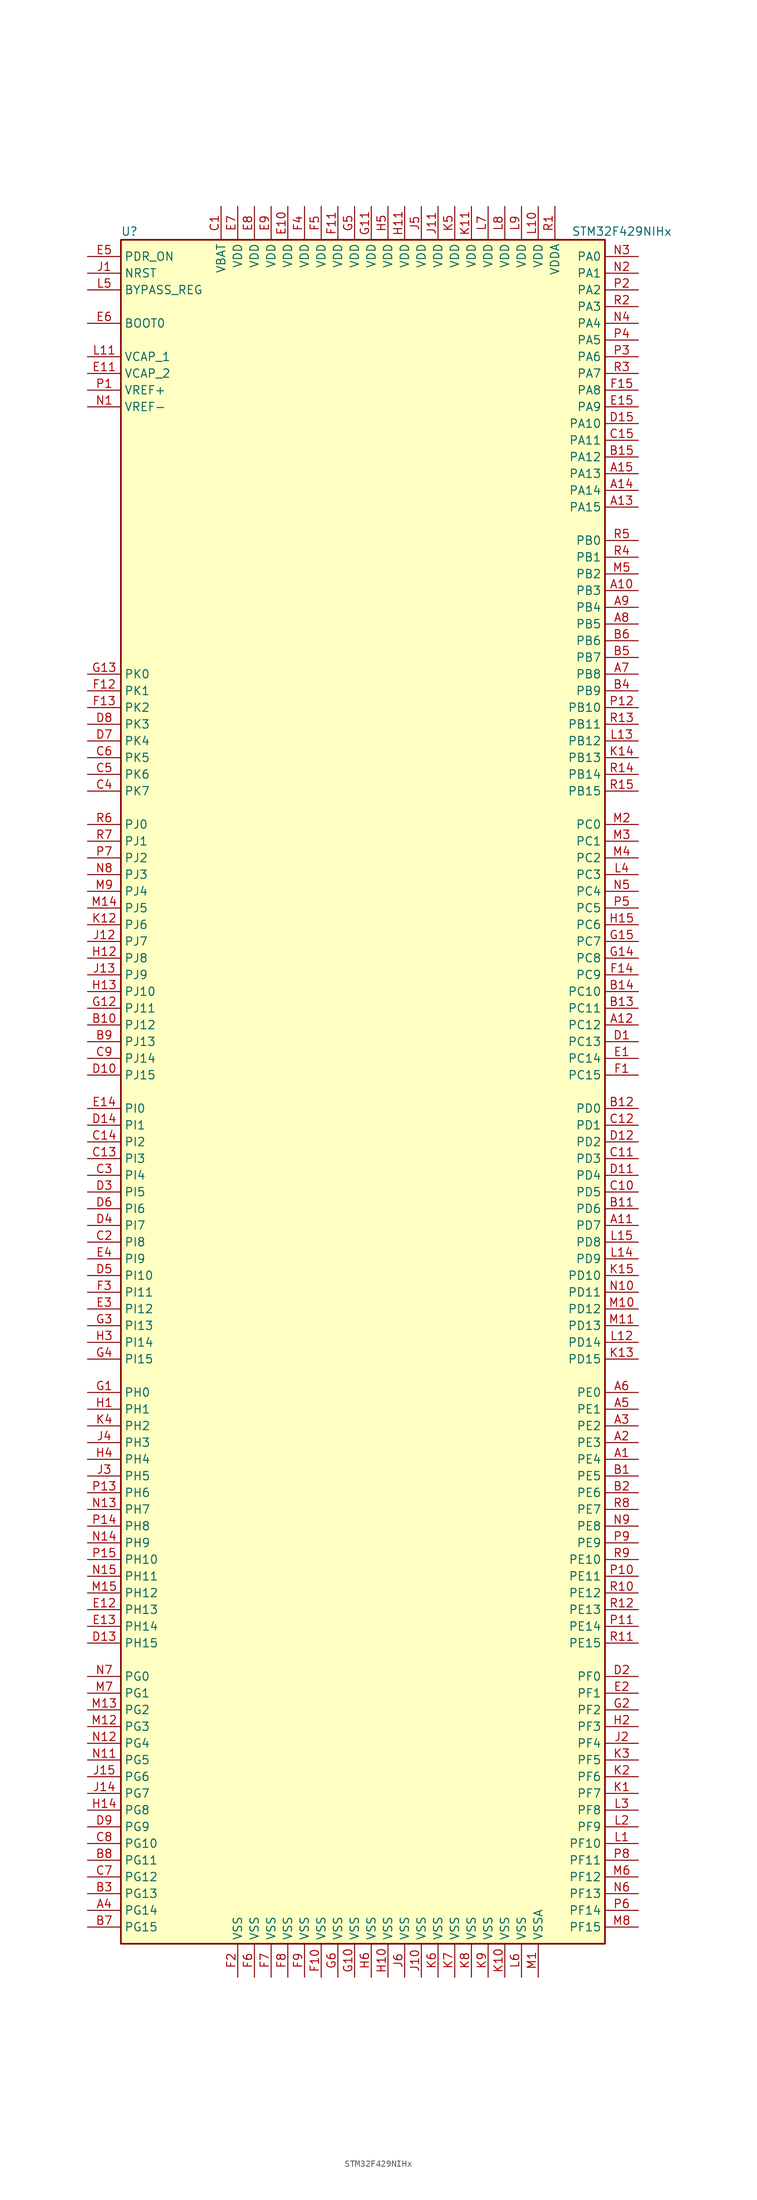
<source format=kicad_sym>
(kicad_symbol_lib
  (version 20211014)
  (generator kicad_symbol_editor)
  (symbol "STM32F429NIHx"
    (property "Reference" "U"
      (at -38.1 130.81 0)
      (effects (font (size 1.27 1.27)) (justify left)))
    (property "Value" "STM32F429NIHx"
      (at 30.48 130.81 0)
      (effects (font (size 1.27 1.27)) (justify left)))
    (symbol "STM32F429NIHx_0_1"
      (rectangle (start -38.1 -129.54) (end 35.56 129.54) (stroke (width 0.254) (type default) (color 0 0 0 0)) (fill (type background))))
    (symbol "STM32F429NIHx_1_1"
      (pin bidirectional line (at 40.64 -55.88 180) (length 5.08) (name "PE4" (effects (font (size 1.27 1.27)))) (number "A1" (effects (font (size 1.27 1.27)))))
      (pin bidirectional line (at 40.64 76.2 180) (length 5.08) (name "PB3" (effects (font (size 1.27 1.27)))) (number "A10" (effects (font (size 1.27 1.27)))))
      (pin bidirectional line (at 40.64 -20.32 180) (length 5.08) (name "PD7" (effects (font (size 1.27 1.27)))) (number "A11" (effects (font (size 1.27 1.27)))))
      (pin bidirectional line (at 40.64 10.16 180) (length 5.08) (name "PC12" (effects (font (size 1.27 1.27)))) (number "A12" (effects (font (size 1.27 1.27)))))
      (pin bidirectional line (at 40.64 88.9 180) (length 5.08) (name "PA15" (effects (font (size 1.27 1.27)))) (number "A13" (effects (font (size 1.27 1.27)))))
      (pin bidirectional line (at 40.64 91.44 180) (length 5.08) (name "PA14" (effects (font (size 1.27 1.27)))) (number "A14" (effects (font (size 1.27 1.27)))))
      (pin bidirectional line (at 40.64 93.98 180) (length 5.08) (name "PA13" (effects (font (size 1.27 1.27)))) (number "A15" (effects (font (size 1.27 1.27)))))
      (pin bidirectional line (at 40.64 -53.34 180) (length 5.08) (name "PE3" (effects (font (size 1.27 1.27)))) (number "A2" (effects (font (size 1.27 1.27)))))
      (pin bidirectional line (at 40.64 -50.8 180) (length 5.08) (name "PE2" (effects (font (size 1.27 1.27)))) (number "A3" (effects (font (size 1.27 1.27)))))
      (pin bidirectional line (at -43.18 -124.46 0) (length 5.08) (name "PG14" (effects (font (size 1.27 1.27)))) (number "A4" (effects (font (size 1.27 1.27)))))
      (pin bidirectional line (at 40.64 -48.26 180) (length 5.08) (name "PE1" (effects (font (size 1.27 1.27)))) (number "A5" (effects (font (size 1.27 1.27)))))
      (pin bidirectional line (at 40.64 -45.72 180) (length 5.08) (name "PE0" (effects (font (size 1.27 1.27)))) (number "A6" (effects (font (size 1.27 1.27)))))
      (pin bidirectional line (at 40.64 63.5 180) (length 5.08) (name "PB8" (effects (font (size 1.27 1.27)))) (number "A7" (effects (font (size 1.27 1.27)))))
      (pin bidirectional line (at 40.64 71.12 180) (length 5.08) (name "PB5" (effects (font (size 1.27 1.27)))) (number "A8" (effects (font (size 1.27 1.27)))))
      (pin bidirectional line (at 40.64 73.66 180) (length 5.08) (name "PB4" (effects (font (size 1.27 1.27)))) (number "A9" (effects (font (size 1.27 1.27)))))
      (pin bidirectional line (at 40.64 -58.42 180) (length 5.08) (name "PE5" (effects (font (size 1.27 1.27)))) (number "B1" (effects (font (size 1.27 1.27)))))
      (pin bidirectional line (at -43.18 10.16 0) (length 5.08) (name "PJ12" (effects (font (size 1.27 1.27)))) (number "B10" (effects (font (size 1.27 1.27)))))
      (pin bidirectional line (at 40.64 -17.78 180) (length 5.08) (name "PD6" (effects (font (size 1.27 1.27)))) (number "B11" (effects (font (size 1.27 1.27)))))
      (pin bidirectional line (at 40.64 -2.54 180) (length 5.08) (name "PD0" (effects (font (size 1.27 1.27)))) (number "B12" (effects (font (size 1.27 1.27)))))
      (pin bidirectional line (at 40.64 12.7 180) (length 5.08) (name "PC11" (effects (font (size 1.27 1.27)))) (number "B13" (effects (font (size 1.27 1.27)))))
      (pin bidirectional line (at 40.64 15.24 180) (length 5.08) (name "PC10" (effects (font (size 1.27 1.27)))) (number "B14" (effects (font (size 1.27 1.27)))))
      (pin bidirectional line (at 40.64 96.52 180) (length 5.08) (name "PA12" (effects (font (size 1.27 1.27)))) (number "B15" (effects (font (size 1.27 1.27)))))
      (pin bidirectional line (at 40.64 -60.96 180) (length 5.08) (name "PE6" (effects (font (size 1.27 1.27)))) (number "B2" (effects (font (size 1.27 1.27)))))
      (pin bidirectional line (at -43.18 -121.92 0) (length 5.08) (name "PG13" (effects (font (size 1.27 1.27)))) (number "B3" (effects (font (size 1.27 1.27)))))
      (pin bidirectional line (at 40.64 60.96 180) (length 5.08) (name "PB9" (effects (font (size 1.27 1.27)))) (number "B4" (effects (font (size 1.27 1.27)))))
      (pin bidirectional line (at 40.64 66.04 180) (length 5.08) (name "PB7" (effects (font (size 1.27 1.27)))) (number "B5" (effects (font (size 1.27 1.27)))))
      (pin bidirectional line (at 40.64 68.58 180) (length 5.08) (name "PB6" (effects (font (size 1.27 1.27)))) (number "B6" (effects (font (size 1.27 1.27)))))
      (pin bidirectional line (at -43.18 -127 0) (length 5.08) (name "PG15" (effects (font (size 1.27 1.27)))) (number "B7" (effects (font (size 1.27 1.27)))))
      (pin bidirectional line (at -43.18 -116.84 0) (length 5.08) (name "PG11" (effects (font (size 1.27 1.27)))) (number "B8" (effects (font (size 1.27 1.27)))))
      (pin bidirectional line (at -43.18 7.62 0) (length 5.08) (name "PJ13" (effects (font (size 1.27 1.27)))) (number "B9" (effects (font (size 1.27 1.27)))))
      (pin power_in line (at -22.86 134.62 270) (length 5.08) (name "VBAT" (effects (font (size 1.27 1.27)))) (number "C1" (effects (font (size 1.27 1.27)))))
      (pin bidirectional line (at 40.64 -15.24 180) (length 5.08) (name "PD5" (effects (font (size 1.27 1.27)))) (number "C10" (effects (font (size 1.27 1.27)))))
      (pin bidirectional line (at 40.64 -10.16 180) (length 5.08) (name "PD3" (effects (font (size 1.27 1.27)))) (number "C11" (effects (font (size 1.27 1.27)))))
      (pin bidirectional line (at 40.64 -5.08 180) (length 5.08) (name "PD1" (effects (font (size 1.27 1.27)))) (number "C12" (effects (font (size 1.27 1.27)))))
      (pin bidirectional line (at -43.18 -10.16 0) (length 5.08) (name "PI3" (effects (font (size 1.27 1.27)))) (number "C13" (effects (font (size 1.27 1.27)))))
      (pin bidirectional line (at -43.18 -7.62 0) (length 5.08) (name "PI2" (effects (font (size 1.27 1.27)))) (number "C14" (effects (font (size 1.27 1.27)))))
      (pin bidirectional line (at 40.64 99.06 180) (length 5.08) (name "PA11" (effects (font (size 1.27 1.27)))) (number "C15" (effects (font (size 1.27 1.27)))))
      (pin bidirectional line (at -43.18 -22.86 0) (length 5.08) (name "PI8" (effects (font (size 1.27 1.27)))) (number "C2" (effects (font (size 1.27 1.27)))))
      (pin bidirectional line (at -43.18 -12.7 0) (length 5.08) (name "PI4" (effects (font (size 1.27 1.27)))) (number "C3" (effects (font (size 1.27 1.27)))))
      (pin bidirectional line (at -43.18 45.72 0) (length 5.08) (name "PK7" (effects (font (size 1.27 1.27)))) (number "C4" (effects (font (size 1.27 1.27)))))
      (pin bidirectional line (at -43.18 48.26 0) (length 5.08) (name "PK6" (effects (font (size 1.27 1.27)))) (number "C5" (effects (font (size 1.27 1.27)))))
      (pin bidirectional line (at -43.18 50.8 0) (length 5.08) (name "PK5" (effects (font (size 1.27 1.27)))) (number "C6" (effects (font (size 1.27 1.27)))))
      (pin bidirectional line (at -43.18 -119.38 0) (length 5.08) (name "PG12" (effects (font (size 1.27 1.27)))) (number "C7" (effects (font (size 1.27 1.27)))))
      (pin bidirectional line (at -43.18 -114.3 0) (length 5.08) (name "PG10" (effects (font (size 1.27 1.27)))) (number "C8" (effects (font (size 1.27 1.27)))))
      (pin bidirectional line (at -43.18 5.08 0) (length 5.08) (name "PJ14" (effects (font (size 1.27 1.27)))) (number "C9" (effects (font (size 1.27 1.27)))))
      (pin bidirectional line (at 40.64 7.62 180) (length 5.08) (name "PC13" (effects (font (size 1.27 1.27)))) (number "D1" (effects (font (size 1.27 1.27)))))
      (pin bidirectional line (at -43.18 2.54 0) (length 5.08) (name "PJ15" (effects (font (size 1.27 1.27)))) (number "D10" (effects (font (size 1.27 1.27)))))
      (pin bidirectional line (at 40.64 -12.7 180) (length 5.08) (name "PD4" (effects (font (size 1.27 1.27)))) (number "D11" (effects (font (size 1.27 1.27)))))
      (pin bidirectional line (at 40.64 -7.62 180) (length 5.08) (name "PD2" (effects (font (size 1.27 1.27)))) (number "D12" (effects (font (size 1.27 1.27)))))
      (pin bidirectional line (at -43.18 -83.82 0) (length 5.08) (name "PH15" (effects (font (size 1.27 1.27)))) (number "D13" (effects (font (size 1.27 1.27)))))
      (pin bidirectional line (at -43.18 -5.08 0) (length 5.08) (name "PI1" (effects (font (size 1.27 1.27)))) (number "D14" (effects (font (size 1.27 1.27)))))
      (pin bidirectional line (at 40.64 101.6 180) (length 5.08) (name "PA10" (effects (font (size 1.27 1.27)))) (number "D15" (effects (font (size 1.27 1.27)))))
      (pin bidirectional line (at 40.64 -88.9 180) (length 5.08) (name "PF0" (effects (font (size 1.27 1.27)))) (number "D2" (effects (font (size 1.27 1.27)))))
      (pin bidirectional line (at -43.18 -15.24 0) (length 5.08) (name "PI5" (effects (font (size 1.27 1.27)))) (number "D3" (effects (font (size 1.27 1.27)))))
      (pin bidirectional line (at -43.18 -20.32 0) (length 5.08) (name "PI7" (effects (font (size 1.27 1.27)))) (number "D4" (effects (font (size 1.27 1.27)))))
      (pin bidirectional line (at -43.18 -27.94 0) (length 5.08) (name "PI10" (effects (font (size 1.27 1.27)))) (number "D5" (effects (font (size 1.27 1.27)))))
      (pin bidirectional line (at -43.18 -17.78 0) (length 5.08) (name "PI6" (effects (font (size 1.27 1.27)))) (number "D6" (effects (font (size 1.27 1.27)))))
      (pin bidirectional line (at -43.18 53.34 0) (length 5.08) (name "PK4" (effects (font (size 1.27 1.27)))) (number "D7" (effects (font (size 1.27 1.27)))))
      (pin bidirectional line (at -43.18 55.88 0) (length 5.08) (name "PK3" (effects (font (size 1.27 1.27)))) (number "D8" (effects (font (size 1.27 1.27)))))
      (pin bidirectional line (at -43.18 -111.76 0) (length 5.08) (name "PG9" (effects (font (size 1.27 1.27)))) (number "D9" (effects (font (size 1.27 1.27)))))
      (pin bidirectional line (at 40.64 5.08 180) (length 5.08) (name "PC14" (effects (font (size 1.27 1.27)))) (number "E1" (effects (font (size 1.27 1.27)))))
      (pin power_in line (at -12.7 134.62 270) (length 5.08) (name "VDD" (effects (font (size 1.27 1.27)))) (number "E10" (effects (font (size 1.27 1.27)))))
      (pin power_in line (at -43.18 109.22 0) (length 5.08) (name "VCAP_2" (effects (font (size 1.27 1.27)))) (number "E11" (effects (font (size 1.27 1.27)))))
      (pin bidirectional line (at -43.18 -78.74 0) (length 5.08) (name "PH13" (effects (font (size 1.27 1.27)))) (number "E12" (effects (font (size 1.27 1.27)))))
      (pin bidirectional line (at -43.18 -81.28 0) (length 5.08) (name "PH14" (effects (font (size 1.27 1.27)))) (number "E13" (effects (font (size 1.27 1.27)))))
      (pin bidirectional line (at -43.18 -2.54 0) (length 5.08) (name "PI0" (effects (font (size 1.27 1.27)))) (number "E14" (effects (font (size 1.27 1.27)))))
      (pin bidirectional line (at 40.64 104.14 180) (length 5.08) (name "PA9" (effects (font (size 1.27 1.27)))) (number "E15" (effects (font (size 1.27 1.27)))))
      (pin bidirectional line (at 40.64 -91.44 180) (length 5.08) (name "PF1" (effects (font (size 1.27 1.27)))) (number "E2" (effects (font (size 1.27 1.27)))))
      (pin bidirectional line (at -43.18 -33.02 0) (length 5.08) (name "PI12" (effects (font (size 1.27 1.27)))) (number "E3" (effects (font (size 1.27 1.27)))))
      (pin bidirectional line (at -43.18 -25.4 0) (length 5.08) (name "PI9" (effects (font (size 1.27 1.27)))) (number "E4" (effects (font (size 1.27 1.27)))))
      (pin input line (at -43.18 127 0) (length 5.08) (name "PDR_ON" (effects (font (size 1.27 1.27)))) (number "E5" (effects (font (size 1.27 1.27)))))
      (pin input line (at -43.18 116.84 0) (length 5.08) (name "BOOT0" (effects (font (size 1.27 1.27)))) (number "E6" (effects (font (size 1.27 1.27)))))
      (pin power_in line (at -20.32 134.62 270) (length 5.08) (name "VDD" (effects (font (size 1.27 1.27)))) (number "E7" (effects (font (size 1.27 1.27)))))
      (pin power_in line (at -17.78 134.62 270) (length 5.08) (name "VDD" (effects (font (size 1.27 1.27)))) (number "E8" (effects (font (size 1.27 1.27)))))
      (pin power_in line (at -15.24 134.62 270) (length 5.08) (name "VDD" (effects (font (size 1.27 1.27)))) (number "E9" (effects (font (size 1.27 1.27)))))
      (pin bidirectional line (at 40.64 2.54 180) (length 5.08) (name "PC15" (effects (font (size 1.27 1.27)))) (number "F1" (effects (font (size 1.27 1.27)))))
      (pin power_in line (at -7.62 -134.62 90) (length 5.08) (name "VSS" (effects (font (size 1.27 1.27)))) (number "F10" (effects (font (size 1.27 1.27)))))
      (pin power_in line (at -5.08 134.62 270) (length 5.08) (name "VDD" (effects (font (size 1.27 1.27)))) (number "F11" (effects (font (size 1.27 1.27)))))
      (pin bidirectional line (at -43.18 60.96 0) (length 5.08) (name "PK1" (effects (font (size 1.27 1.27)))) (number "F12" (effects (font (size 1.27 1.27)))))
      (pin bidirectional line (at -43.18 58.42 0) (length 5.08) (name "PK2" (effects (font (size 1.27 1.27)))) (number "F13" (effects (font (size 1.27 1.27)))))
      (pin bidirectional line (at 40.64 17.78 180) (length 5.08) (name "PC9" (effects (font (size 1.27 1.27)))) (number "F14" (effects (font (size 1.27 1.27)))))
      (pin bidirectional line (at 40.64 106.68 180) (length 5.08) (name "PA8" (effects (font (size 1.27 1.27)))) (number "F15" (effects (font (size 1.27 1.27)))))
      (pin power_in line (at -20.32 -134.62 90) (length 5.08) (name "VSS" (effects (font (size 1.27 1.27)))) (number "F2" (effects (font (size 1.27 1.27)))))
      (pin bidirectional line (at -43.18 -30.48 0) (length 5.08) (name "PI11" (effects (font (size 1.27 1.27)))) (number "F3" (effects (font (size 1.27 1.27)))))
      (pin power_in line (at -10.16 134.62 270) (length 5.08) (name "VDD" (effects (font (size 1.27 1.27)))) (number "F4" (effects (font (size 1.27 1.27)))))
      (pin power_in line (at -7.62 134.62 270) (length 5.08) (name "VDD" (effects (font (size 1.27 1.27)))) (number "F5" (effects (font (size 1.27 1.27)))))
      (pin power_in line (at -17.78 -134.62 90) (length 5.08) (name "VSS" (effects (font (size 1.27 1.27)))) (number "F6" (effects (font (size 1.27 1.27)))))
      (pin power_in line (at -15.24 -134.62 90) (length 5.08) (name "VSS" (effects (font (size 1.27 1.27)))) (number "F7" (effects (font (size 1.27 1.27)))))
      (pin power_in line (at -12.7 -134.62 90) (length 5.08) (name "VSS" (effects (font (size 1.27 1.27)))) (number "F8" (effects (font (size 1.27 1.27)))))
      (pin power_in line (at -10.16 -134.62 90) (length 5.08) (name "VSS" (effects (font (size 1.27 1.27)))) (number "F9" (effects (font (size 1.27 1.27)))))
      (pin input line (at -43.18 -45.72 0) (length 5.08) (name "PH0" (effects (font (size 1.27 1.27)))) (number "G1" (effects (font (size 1.27 1.27)))))
      (pin power_in line (at -2.54 -134.62 90) (length 5.08) (name "VSS" (effects (font (size 1.27 1.27)))) (number "G10" (effects (font (size 1.27 1.27)))))
      (pin power_in line (at 0 134.62 270) (length 5.08) (name "VDD" (effects (font (size 1.27 1.27)))) (number "G11" (effects (font (size 1.27 1.27)))))
      (pin bidirectional line (at -43.18 12.7 0) (length 5.08) (name "PJ11" (effects (font (size 1.27 1.27)))) (number "G12" (effects (font (size 1.27 1.27)))))
      (pin bidirectional line (at -43.18 63.5 0) (length 5.08) (name "PK0" (effects (font (size 1.27 1.27)))) (number "G13" (effects (font (size 1.27 1.27)))))
      (pin bidirectional line (at 40.64 20.32 180) (length 5.08) (name "PC8" (effects (font (size 1.27 1.27)))) (number "G14" (effects (font (size 1.27 1.27)))))
      (pin bidirectional line (at 40.64 22.86 180) (length 5.08) (name "PC7" (effects (font (size 1.27 1.27)))) (number "G15" (effects (font (size 1.27 1.27)))))
      (pin bidirectional line (at 40.64 -93.98 180) (length 5.08) (name "PF2" (effects (font (size 1.27 1.27)))) (number "G2" (effects (font (size 1.27 1.27)))))
      (pin bidirectional line (at -43.18 -35.56 0) (length 5.08) (name "PI13" (effects (font (size 1.27 1.27)))) (number "G3" (effects (font (size 1.27 1.27)))))
      (pin bidirectional line (at -43.18 -40.64 0) (length 5.08) (name "PI15" (effects (font (size 1.27 1.27)))) (number "G4" (effects (font (size 1.27 1.27)))))
      (pin power_in line (at -2.54 134.62 270) (length 5.08) (name "VDD" (effects (font (size 1.27 1.27)))) (number "G5" (effects (font (size 1.27 1.27)))))
      (pin power_in line (at -5.08 -134.62 90) (length 5.08) (name "VSS" (effects (font (size 1.27 1.27)))) (number "G6" (effects (font (size 1.27 1.27)))))
      (pin input line (at -43.18 -48.26 0) (length 5.08) (name "PH1" (effects (font (size 1.27 1.27)))) (number "H1" (effects (font (size 1.27 1.27)))))
      (pin power_in line (at 2.54 -134.62 90) (length 5.08) (name "VSS" (effects (font (size 1.27 1.27)))) (number "H10" (effects (font (size 1.27 1.27)))))
      (pin power_in line (at 5.08 134.62 270) (length 5.08) (name "VDD" (effects (font (size 1.27 1.27)))) (number "H11" (effects (font (size 1.27 1.27)))))
      (pin bidirectional line (at -43.18 20.32 0) (length 5.08) (name "PJ8" (effects (font (size 1.27 1.27)))) (number "H12" (effects (font (size 1.27 1.27)))))
      (pin bidirectional line (at -43.18 15.24 0) (length 5.08) (name "PJ10" (effects (font (size 1.27 1.27)))) (number "H13" (effects (font (size 1.27 1.27)))))
      (pin bidirectional line (at -43.18 -109.22 0) (length 5.08) (name "PG8" (effects (font (size 1.27 1.27)))) (number "H14" (effects (font (size 1.27 1.27)))))
      (pin bidirectional line (at 40.64 25.4 180) (length 5.08) (name "PC6" (effects (font (size 1.27 1.27)))) (number "H15" (effects (font (size 1.27 1.27)))))
      (pin bidirectional line (at 40.64 -96.52 180) (length 5.08) (name "PF3" (effects (font (size 1.27 1.27)))) (number "H2" (effects (font (size 1.27 1.27)))))
      (pin bidirectional line (at -43.18 -38.1 0) (length 5.08) (name "PI14" (effects (font (size 1.27 1.27)))) (number "H3" (effects (font (size 1.27 1.27)))))
      (pin bidirectional line (at -43.18 -55.88 0) (length 5.08) (name "PH4" (effects (font (size 1.27 1.27)))) (number "H4" (effects (font (size 1.27 1.27)))))
      (pin power_in line (at 2.54 134.62 270) (length 5.08) (name "VDD" (effects (font (size 1.27 1.27)))) (number "H5" (effects (font (size 1.27 1.27)))))
      (pin power_in line (at 0 -134.62 90) (length 5.08) (name "VSS" (effects (font (size 1.27 1.27)))) (number "H6" (effects (font (size 1.27 1.27)))))
      (pin input line (at -43.18 124.46 0) (length 5.08) (name "NRST" (effects (font (size 1.27 1.27)))) (number "J1" (effects (font (size 1.27 1.27)))))
      (pin power_in line (at 7.62 -134.62 90) (length 5.08) (name "VSS" (effects (font (size 1.27 1.27)))) (number "J10" (effects (font (size 1.27 1.27)))))
      (pin power_in line (at 10.16 134.62 270) (length 5.08) (name "VDD" (effects (font (size 1.27 1.27)))) (number "J11" (effects (font (size 1.27 1.27)))))
      (pin bidirectional line (at -43.18 22.86 0) (length 5.08) (name "PJ7" (effects (font (size 1.27 1.27)))) (number "J12" (effects (font (size 1.27 1.27)))))
      (pin bidirectional line (at -43.18 17.78 0) (length 5.08) (name "PJ9" (effects (font (size 1.27 1.27)))) (number "J13" (effects (font (size 1.27 1.27)))))
      (pin bidirectional line (at -43.18 -106.68 0) (length 5.08) (name "PG7" (effects (font (size 1.27 1.27)))) (number "J14" (effects (font (size 1.27 1.27)))))
      (pin bidirectional line (at -43.18 -104.14 0) (length 5.08) (name "PG6" (effects (font (size 1.27 1.27)))) (number "J15" (effects (font (size 1.27 1.27)))))
      (pin bidirectional line (at 40.64 -99.06 180) (length 5.08) (name "PF4" (effects (font (size 1.27 1.27)))) (number "J2" (effects (font (size 1.27 1.27)))))
      (pin bidirectional line (at -43.18 -58.42 0) (length 5.08) (name "PH5" (effects (font (size 1.27 1.27)))) (number "J3" (effects (font (size 1.27 1.27)))))
      (pin bidirectional line (at -43.18 -53.34 0) (length 5.08) (name "PH3" (effects (font (size 1.27 1.27)))) (number "J4" (effects (font (size 1.27 1.27)))))
      (pin power_in line (at 7.62 134.62 270) (length 5.08) (name "VDD" (effects (font (size 1.27 1.27)))) (number "J5" (effects (font (size 1.27 1.27)))))
      (pin power_in line (at 5.08 -134.62 90) (length 5.08) (name "VSS" (effects (font (size 1.27 1.27)))) (number "J6" (effects (font (size 1.27 1.27)))))
      (pin bidirectional line (at 40.64 -106.68 180) (length 5.08) (name "PF7" (effects (font (size 1.27 1.27)))) (number "K1" (effects (font (size 1.27 1.27)))))
      (pin power_in line (at 20.32 -134.62 90) (length 5.08) (name "VSS" (effects (font (size 1.27 1.27)))) (number "K10" (effects (font (size 1.27 1.27)))))
      (pin power_in line (at 15.24 134.62 270) (length 5.08) (name "VDD" (effects (font (size 1.27 1.27)))) (number "K11" (effects (font (size 1.27 1.27)))))
      (pin bidirectional line (at -43.18 25.4 0) (length 5.08) (name "PJ6" (effects (font (size 1.27 1.27)))) (number "K12" (effects (font (size 1.27 1.27)))))
      (pin bidirectional line (at 40.64 -40.64 180) (length 5.08) (name "PD15" (effects (font (size 1.27 1.27)))) (number "K13" (effects (font (size 1.27 1.27)))))
      (pin bidirectional line (at 40.64 50.8 180) (length 5.08) (name "PB13" (effects (font (size 1.27 1.27)))) (number "K14" (effects (font (size 1.27 1.27)))))
      (pin bidirectional line (at 40.64 -27.94 180) (length 5.08) (name "PD10" (effects (font (size 1.27 1.27)))) (number "K15" (effects (font (size 1.27 1.27)))))
      (pin bidirectional line (at 40.64 -104.14 180) (length 5.08) (name "PF6" (effects (font (size 1.27 1.27)))) (number "K2" (effects (font (size 1.27 1.27)))))
      (pin bidirectional line (at 40.64 -101.6 180) (length 5.08) (name "PF5" (effects (font (size 1.27 1.27)))) (number "K3" (effects (font (size 1.27 1.27)))))
      (pin bidirectional line (at -43.18 -50.8 0) (length 5.08) (name "PH2" (effects (font (size 1.27 1.27)))) (number "K4" (effects (font (size 1.27 1.27)))))
      (pin power_in line (at 12.7 134.62 270) (length 5.08) (name "VDD" (effects (font (size 1.27 1.27)))) (number "K5" (effects (font (size 1.27 1.27)))))
      (pin power_in line (at 10.16 -134.62 90) (length 5.08) (name "VSS" (effects (font (size 1.27 1.27)))) (number "K6" (effects (font (size 1.27 1.27)))))
      (pin power_in line (at 12.7 -134.62 90) (length 5.08) (name "VSS" (effects (font (size 1.27 1.27)))) (number "K7" (effects (font (size 1.27 1.27)))))
      (pin power_in line (at 15.24 -134.62 90) (length 5.08) (name "VSS" (effects (font (size 1.27 1.27)))) (number "K8" (effects (font (size 1.27 1.27)))))
      (pin power_in line (at 17.78 -134.62 90) (length 5.08) (name "VSS" (effects (font (size 1.27 1.27)))) (number "K9" (effects (font (size 1.27 1.27)))))
      (pin bidirectional line (at 40.64 -114.3 180) (length 5.08) (name "PF10" (effects (font (size 1.27 1.27)))) (number "L1" (effects (font (size 1.27 1.27)))))
      (pin power_in line (at 25.4 134.62 270) (length 5.08) (name "VDD" (effects (font (size 1.27 1.27)))) (number "L10" (effects (font (size 1.27 1.27)))))
      (pin power_in line (at -43.18 111.76 0) (length 5.08) (name "VCAP_1" (effects (font (size 1.27 1.27)))) (number "L11" (effects (font (size 1.27 1.27)))))
      (pin bidirectional line (at 40.64 -38.1 180) (length 5.08) (name "PD14" (effects (font (size 1.27 1.27)))) (number "L12" (effects (font (size 1.27 1.27)))))
      (pin bidirectional line (at 40.64 53.34 180) (length 5.08) (name "PB12" (effects (font (size 1.27 1.27)))) (number "L13" (effects (font (size 1.27 1.27)))))
      (pin bidirectional line (at 40.64 -25.4 180) (length 5.08) (name "PD9" (effects (font (size 1.27 1.27)))) (number "L14" (effects (font (size 1.27 1.27)))))
      (pin bidirectional line (at 40.64 -22.86 180) (length 5.08) (name "PD8" (effects (font (size 1.27 1.27)))) (number "L15" (effects (font (size 1.27 1.27)))))
      (pin bidirectional line (at 40.64 -111.76 180) (length 5.08) (name "PF9" (effects (font (size 1.27 1.27)))) (number "L2" (effects (font (size 1.27 1.27)))))
      (pin bidirectional line (at 40.64 -109.22 180) (length 5.08) (name "PF8" (effects (font (size 1.27 1.27)))) (number "L3" (effects (font (size 1.27 1.27)))))
      (pin bidirectional line (at 40.64 33.02 180) (length 5.08) (name "PC3" (effects (font (size 1.27 1.27)))) (number "L4" (effects (font (size 1.27 1.27)))))
      (pin input line (at -43.18 121.92 0) (length 5.08) (name "BYPASS_REG" (effects (font (size 1.27 1.27)))) (number "L5" (effects (font (size 1.27 1.27)))))
      (pin power_in line (at 22.86 -134.62 90) (length 5.08) (name "VSS" (effects (font (size 1.27 1.27)))) (number "L6" (effects (font (size 1.27 1.27)))))
      (pin power_in line (at 17.78 134.62 270) (length 5.08) (name "VDD" (effects (font (size 1.27 1.27)))) (number "L7" (effects (font (size 1.27 1.27)))))
      (pin power_in line (at 20.32 134.62 270) (length 5.08) (name "VDD" (effects (font (size 1.27 1.27)))) (number "L8" (effects (font (size 1.27 1.27)))))
      (pin power_in line (at 22.86 134.62 270) (length 5.08) (name "VDD" (effects (font (size 1.27 1.27)))) (number "L9" (effects (font (size 1.27 1.27)))))
      (pin power_in line (at 25.4 -134.62 90) (length 5.08) (name "VSSA" (effects (font (size 1.27 1.27)))) (number "M1" (effects (font (size 1.27 1.27)))))
      (pin bidirectional line (at 40.64 -33.02 180) (length 5.08) (name "PD12" (effects (font (size 1.27 1.27)))) (number "M10" (effects (font (size 1.27 1.27)))))
      (pin bidirectional line (at 40.64 -35.56 180) (length 5.08) (name "PD13" (effects (font (size 1.27 1.27)))) (number "M11" (effects (font (size 1.27 1.27)))))
      (pin bidirectional line (at -43.18 -96.52 0) (length 5.08) (name "PG3" (effects (font (size 1.27 1.27)))) (number "M12" (effects (font (size 1.27 1.27)))))
      (pin bidirectional line (at -43.18 -93.98 0) (length 5.08) (name "PG2" (effects (font (size 1.27 1.27)))) (number "M13" (effects (font (size 1.27 1.27)))))
      (pin bidirectional line (at -43.18 27.94 0) (length 5.08) (name "PJ5" (effects (font (size 1.27 1.27)))) (number "M14" (effects (font (size 1.27 1.27)))))
      (pin bidirectional line (at -43.18 -76.2 0) (length 5.08) (name "PH12" (effects (font (size 1.27 1.27)))) (number "M15" (effects (font (size 1.27 1.27)))))
      (pin bidirectional line (at 40.64 40.64 180) (length 5.08) (name "PC0" (effects (font (size 1.27 1.27)))) (number "M2" (effects (font (size 1.27 1.27)))))
      (pin bidirectional line (at 40.64 38.1 180) (length 5.08) (name "PC1" (effects (font (size 1.27 1.27)))) (number "M3" (effects (font (size 1.27 1.27)))))
      (pin bidirectional line (at 40.64 35.56 180) (length 5.08) (name "PC2" (effects (font (size 1.27 1.27)))) (number "M4" (effects (font (size 1.27 1.27)))))
      (pin bidirectional line (at 40.64 78.74 180) (length 5.08) (name "PB2" (effects (font (size 1.27 1.27)))) (number "M5" (effects (font (size 1.27 1.27)))))
      (pin bidirectional line (at 40.64 -119.38 180) (length 5.08) (name "PF12" (effects (font (size 1.27 1.27)))) (number "M6" (effects (font (size 1.27 1.27)))))
      (pin bidirectional line (at -43.18 -91.44 0) (length 5.08) (name "PG1" (effects (font (size 1.27 1.27)))) (number "M7" (effects (font (size 1.27 1.27)))))
      (pin bidirectional line (at 40.64 -127 180) (length 5.08) (name "PF15" (effects (font (size 1.27 1.27)))) (number "M8" (effects (font (size 1.27 1.27)))))
      (pin bidirectional line (at -43.18 30.48 0) (length 5.08) (name "PJ4" (effects (font (size 1.27 1.27)))) (number "M9" (effects (font (size 1.27 1.27)))))
      (pin power_in line (at -43.18 104.14 0) (length 5.08) (name "VREF-" (effects (font (size 1.27 1.27)))) (number "N1" (effects (font (size 1.27 1.27)))))
      (pin bidirectional line (at 40.64 -30.48 180) (length 5.08) (name "PD11" (effects (font (size 1.27 1.27)))) (number "N10" (effects (font (size 1.27 1.27)))))
      (pin bidirectional line (at -43.18 -101.6 0) (length 5.08) (name "PG5" (effects (font (size 1.27 1.27)))) (number "N11" (effects (font (size 1.27 1.27)))))
      (pin bidirectional line (at -43.18 -99.06 0) (length 5.08) (name "PG4" (effects (font (size 1.27 1.27)))) (number "N12" (effects (font (size 1.27 1.27)))))
      (pin bidirectional line (at -43.18 -63.5 0) (length 5.08) (name "PH7" (effects (font (size 1.27 1.27)))) (number "N13" (effects (font (size 1.27 1.27)))))
      (pin bidirectional line (at -43.18 -68.58 0) (length 5.08) (name "PH9" (effects (font (size 1.27 1.27)))) (number "N14" (effects (font (size 1.27 1.27)))))
      (pin bidirectional line (at -43.18 -73.66 0) (length 5.08) (name "PH11" (effects (font (size 1.27 1.27)))) (number "N15" (effects (font (size 1.27 1.27)))))
      (pin bidirectional line (at 40.64 124.46 180) (length 5.08) (name "PA1" (effects (font (size 1.27 1.27)))) (number "N2" (effects (font (size 1.27 1.27)))))
      (pin bidirectional line (at 40.64 127 180) (length 5.08) (name "PA0" (effects (font (size 1.27 1.27)))) (number "N3" (effects (font (size 1.27 1.27)))))
      (pin bidirectional line (at 40.64 116.84 180) (length 5.08) (name "PA4" (effects (font (size 1.27 1.27)))) (number "N4" (effects (font (size 1.27 1.27)))))
      (pin bidirectional line (at 40.64 30.48 180) (length 5.08) (name "PC4" (effects (font (size 1.27 1.27)))) (number "N5" (effects (font (size 1.27 1.27)))))
      (pin bidirectional line (at 40.64 -121.92 180) (length 5.08) (name "PF13" (effects (font (size 1.27 1.27)))) (number "N6" (effects (font (size 1.27 1.27)))))
      (pin bidirectional line (at -43.18 -88.9 0) (length 5.08) (name "PG0" (effects (font (size 1.27 1.27)))) (number "N7" (effects (font (size 1.27 1.27)))))
      (pin bidirectional line (at -43.18 33.02 0) (length 5.08) (name "PJ3" (effects (font (size 1.27 1.27)))) (number "N8" (effects (font (size 1.27 1.27)))))
      (pin bidirectional line (at 40.64 -66.04 180) (length 5.08) (name "PE8" (effects (font (size 1.27 1.27)))) (number "N9" (effects (font (size 1.27 1.27)))))
      (pin power_in line (at -43.18 106.68 0) (length 5.08) (name "VREF+" (effects (font (size 1.27 1.27)))) (number "P1" (effects (font (size 1.27 1.27)))))
      (pin bidirectional line (at 40.64 -73.66 180) (length 5.08) (name "PE11" (effects (font (size 1.27 1.27)))) (number "P10" (effects (font (size 1.27 1.27)))))
      (pin bidirectional line (at 40.64 -81.28 180) (length 5.08) (name "PE14" (effects (font (size 1.27 1.27)))) (number "P11" (effects (font (size 1.27 1.27)))))
      (pin bidirectional line (at 40.64 58.42 180) (length 5.08) (name "PB10" (effects (font (size 1.27 1.27)))) (number "P12" (effects (font (size 1.27 1.27)))))
      (pin bidirectional line (at -43.18 -60.96 0) (length 5.08) (name "PH6" (effects (font (size 1.27 1.27)))) (number "P13" (effects (font (size 1.27 1.27)))))
      (pin bidirectional line (at -43.18 -66.04 0) (length 5.08) (name "PH8" (effects (font (size 1.27 1.27)))) (number "P14" (effects (font (size 1.27 1.27)))))
      (pin bidirectional line (at -43.18 -71.12 0) (length 5.08) (name "PH10" (effects (font (size 1.27 1.27)))) (number "P15" (effects (font (size 1.27 1.27)))))
      (pin bidirectional line (at 40.64 121.92 180) (length 5.08) (name "PA2" (effects (font (size 1.27 1.27)))) (number "P2" (effects (font (size 1.27 1.27)))))
      (pin bidirectional line (at 40.64 111.76 180) (length 5.08) (name "PA6" (effects (font (size 1.27 1.27)))) (number "P3" (effects (font (size 1.27 1.27)))))
      (pin bidirectional line (at 40.64 114.3 180) (length 5.08) (name "PA5" (effects (font (size 1.27 1.27)))) (number "P4" (effects (font (size 1.27 1.27)))))
      (pin bidirectional line (at 40.64 27.94 180) (length 5.08) (name "PC5" (effects (font (size 1.27 1.27)))) (number "P5" (effects (font (size 1.27 1.27)))))
      (pin bidirectional line (at 40.64 -124.46 180) (length 5.08) (name "PF14" (effects (font (size 1.27 1.27)))) (number "P6" (effects (font (size 1.27 1.27)))))
      (pin bidirectional line (at -43.18 35.56 0) (length 5.08) (name "PJ2" (effects (font (size 1.27 1.27)))) (number "P7" (effects (font (size 1.27 1.27)))))
      (pin bidirectional line (at 40.64 -116.84 180) (length 5.08) (name "PF11" (effects (font (size 1.27 1.27)))) (number "P8" (effects (font (size 1.27 1.27)))))
      (pin bidirectional line (at 40.64 -68.58 180) (length 5.08) (name "PE9" (effects (font (size 1.27 1.27)))) (number "P9" (effects (font (size 1.27 1.27)))))
      (pin power_in line (at 27.94 134.62 270) (length 5.08) (name "VDDA" (effects (font (size 1.27 1.27)))) (number "R1" (effects (font (size 1.27 1.27)))))
      (pin bidirectional line (at 40.64 -76.2 180) (length 5.08) (name "PE12" (effects (font (size 1.27 1.27)))) (number "R10" (effects (font (size 1.27 1.27)))))
      (pin bidirectional line (at 40.64 -83.82 180) (length 5.08) (name "PE15" (effects (font (size 1.27 1.27)))) (number "R11" (effects (font (size 1.27 1.27)))))
      (pin bidirectional line (at 40.64 -78.74 180) (length 5.08) (name "PE13" (effects (font (size 1.27 1.27)))) (number "R12" (effects (font (size 1.27 1.27)))))
      (pin bidirectional line (at 40.64 55.88 180) (length 5.08) (name "PB11" (effects (font (size 1.27 1.27)))) (number "R13" (effects (font (size 1.27 1.27)))))
      (pin bidirectional line (at 40.64 48.26 180) (length 5.08) (name "PB14" (effects (font (size 1.27 1.27)))) (number "R14" (effects (font (size 1.27 1.27)))))
      (pin bidirectional line (at 40.64 45.72 180) (length 5.08) (name "PB15" (effects (font (size 1.27 1.27)))) (number "R15" (effects (font (size 1.27 1.27)))))
      (pin bidirectional line (at 40.64 119.38 180) (length 5.08) (name "PA3" (effects (font (size 1.27 1.27)))) (number "R2" (effects (font (size 1.27 1.27)))))
      (pin bidirectional line (at 40.64 109.22 180) (length 5.08) (name "PA7" (effects (font (size 1.27 1.27)))) (number "R3" (effects (font (size 1.27 1.27)))))
      (pin bidirectional line (at 40.64 81.28 180) (length 5.08) (name "PB1" (effects (font (size 1.27 1.27)))) (number "R4" (effects (font (size 1.27 1.27)))))
      (pin bidirectional line (at 40.64 83.82 180) (length 5.08) (name "PB0" (effects (font (size 1.27 1.27)))) (number "R5" (effects (font (size 1.27 1.27)))))
      (pin bidirectional line (at -43.18 40.64 0) (length 5.08) (name "PJ0" (effects (font (size 1.27 1.27)))) (number "R6" (effects (font (size 1.27 1.27)))))
      (pin bidirectional line (at -43.18 38.1 0) (length 5.08) (name "PJ1" (effects (font (size 1.27 1.27)))) (number "R7" (effects (font (size 1.27 1.27)))))
      (pin bidirectional line (at 40.64 -63.5 180) (length 5.08) (name "PE7" (effects (font (size 1.27 1.27)))) (number "R8" (effects (font (size 1.27 1.27)))))
      (pin bidirectional line (at 40.64 -71.12 180) (length 5.08) (name "PE10" (effects (font (size 1.27 1.27)))) (number "R9" (effects (font (size 1.27 1.27))))))))
</source>
